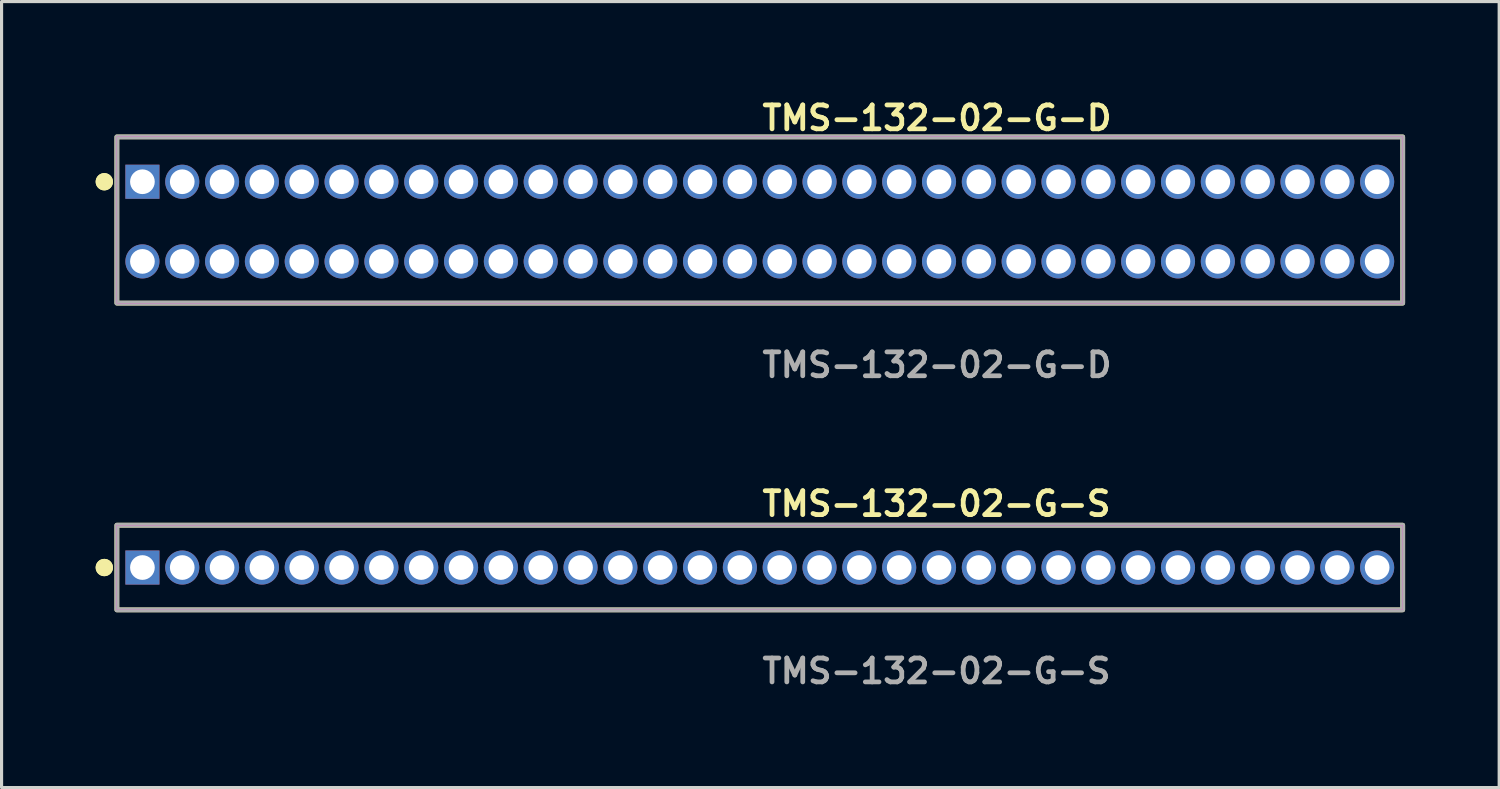
<source format=kicad_pcb>
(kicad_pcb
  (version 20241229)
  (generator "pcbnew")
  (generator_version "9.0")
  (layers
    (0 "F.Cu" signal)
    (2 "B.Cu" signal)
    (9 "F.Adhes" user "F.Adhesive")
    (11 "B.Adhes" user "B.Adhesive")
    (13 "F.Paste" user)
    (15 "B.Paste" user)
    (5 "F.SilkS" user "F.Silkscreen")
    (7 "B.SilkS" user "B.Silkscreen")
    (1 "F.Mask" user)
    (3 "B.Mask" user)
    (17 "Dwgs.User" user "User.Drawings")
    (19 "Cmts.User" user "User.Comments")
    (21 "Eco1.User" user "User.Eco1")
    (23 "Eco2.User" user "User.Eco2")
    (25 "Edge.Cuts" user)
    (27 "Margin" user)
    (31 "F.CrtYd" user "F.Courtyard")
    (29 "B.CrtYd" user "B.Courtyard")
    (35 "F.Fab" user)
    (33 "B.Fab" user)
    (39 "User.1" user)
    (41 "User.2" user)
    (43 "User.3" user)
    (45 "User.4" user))
  (footprint "TMS-132-02-G-D"
    (layer "F.Cu")
    (at 21.176 4.015)
    (property "Reference" "TMS-132-02-G-D" (at 0 -3.302 0) (unlocked yes) (layer "F.SilkS") (effects (font (size 0.762 0.762) (thickness 0.152)) (justify left)))
    (fp_rect (start -20.5 2.6) (end 20.5 -2.7) (stroke (width 0.152) (type solid)) (fill no) (layer "F.SilkS"))
    (fp_circle (center -20.9 -1.27) (end -21.1 -1.27) (stroke (width 0.152) (type solid)) (fill yes) (layer "F.SilkS"))
    (fp_circle (center -20.9 -1.27) (end -21.1 -1.27) (stroke (width 0.152) (type solid)) (fill yes) (layer "F.SilkS"))
    (fp_rect (start -20.5 2.6) (end 20.5 -2.7) (stroke (width 0.006) (type solid)) (fill no) (layer "F.CrtYd"))
    (fp_rect (start -20.5 2.6) (end 20.5 -2.7) (stroke (width 0.152) (type solid)) (fill no) (layer "F.Fab"))
    (fp_text user "${REFERENCE}" (at 0 4.572 0) (unlocked yes) (layer "F.Fab") (effects (font (size 0.762 0.762) (thickness 0.152)) (justify left)))
    (pad "1" thru_hole rect (at -19.685 -1.27) (size 1.087 1.087) (drill 0.787) (layers "*.Cu" "*.Mask"))
    (pad "2" thru_hole circle (at -19.685 1.27) (size 1.087 1.087) (drill 0.787) (layers "*.Cu" "*.Mask"))
    (pad "3" thru_hole circle (at -18.415 -1.27) (size 1.087 1.087) (drill 0.787) (layers "*.Cu" "*.Mask"))
    (pad "4" thru_hole circle (at -18.415 1.27) (size 1.087 1.087) (drill 0.787) (layers "*.Cu" "*.Mask"))
    (pad "5" thru_hole circle (at -17.145 -1.27) (size 1.087 1.087) (drill 0.787) (layers "*.Cu" "*.Mask"))
    (pad "6" thru_hole circle (at -17.145 1.27) (size 1.087 1.087) (drill 0.787) (layers "*.Cu" "*.Mask"))
    (pad "7" thru_hole circle (at -15.875 -1.27) (size 1.087 1.087) (drill 0.787) (layers "*.Cu" "*.Mask"))
    (pad "8" thru_hole circle (at -15.875 1.27) (size 1.087 1.087) (drill 0.787) (layers "*.Cu" "*.Mask"))
    (pad "9" thru_hole circle (at -14.605 -1.27) (size 1.087 1.087) (drill 0.787) (layers "*.Cu" "*.Mask"))
    (pad "10" thru_hole circle (at -14.605 1.27) (size 1.087 1.087) (drill 0.787) (layers "*.Cu" "*.Mask"))
    (pad "11" thru_hole circle (at -13.335 -1.27) (size 1.087 1.087) (drill 0.787) (layers "*.Cu" "*.Mask"))
    (pad "12" thru_hole circle (at -13.335 1.27) (size 1.087 1.087) (drill 0.787) (layers "*.Cu" "*.Mask"))
    (pad "13" thru_hole circle (at -12.065 -1.27) (size 1.087 1.087) (drill 0.787) (layers "*.Cu" "*.Mask"))
    (pad "14" thru_hole circle (at -12.065 1.27) (size 1.087 1.087) (drill 0.787) (layers "*.Cu" "*.Mask"))
    (pad "15" thru_hole circle (at -10.795 -1.27) (size 1.087 1.087) (drill 0.787) (layers "*.Cu" "*.Mask"))
    (pad "16" thru_hole circle (at -10.795 1.27) (size 1.087 1.087) (drill 0.787) (layers "*.Cu" "*.Mask"))
    (pad "17" thru_hole circle (at -9.525 -1.27) (size 1.087 1.087) (drill 0.787) (layers "*.Cu" "*.Mask"))
    (pad "18" thru_hole circle (at -9.525 1.27) (size 1.087 1.087) (drill 0.787) (layers "*.Cu" "*.Mask"))
    (pad "19" thru_hole circle (at -8.255 -1.27) (size 1.087 1.087) (drill 0.787) (layers "*.Cu" "*.Mask"))
    (pad "20" thru_hole circle (at -8.255 1.27) (size 1.087 1.087) (drill 0.787) (layers "*.Cu" "*.Mask"))
    (pad "21" thru_hole circle (at -6.985 -1.27) (size 1.087 1.087) (drill 0.787) (layers "*.Cu" "*.Mask"))
    (pad "22" thru_hole circle (at -6.985 1.27) (size 1.087 1.087) (drill 0.787) (layers "*.Cu" "*.Mask"))
    (pad "23" thru_hole circle (at -5.715 -1.27) (size 1.087 1.087) (drill 0.787) (layers "*.Cu" "*.Mask"))
    (pad "24" thru_hole circle (at -5.715 1.27) (size 1.087 1.087) (drill 0.787) (layers "*.Cu" "*.Mask"))
    (pad "25" thru_hole circle (at -4.445 -1.27) (size 1.087 1.087) (drill 0.787) (layers "*.Cu" "*.Mask"))
    (pad "26" thru_hole circle (at -4.445 1.27) (size 1.087 1.087) (drill 0.787) (layers "*.Cu" "*.Mask"))
    (pad "27" thru_hole circle (at -3.175 -1.27) (size 1.087 1.087) (drill 0.787) (layers "*.Cu" "*.Mask"))
    (pad "28" thru_hole circle (at -3.175 1.27) (size 1.087 1.087) (drill 0.787) (layers "*.Cu" "*.Mask"))
    (pad "29" thru_hole circle (at -1.905 -1.27) (size 1.087 1.087) (drill 0.787) (layers "*.Cu" "*.Mask"))
    (pad "30" thru_hole circle (at -1.905 1.27) (size 1.087 1.087) (drill 0.787) (layers "*.Cu" "*.Mask"))
    (pad "31" thru_hole circle (at -0.635 -1.27) (size 1.087 1.087) (drill 0.787) (layers "*.Cu" "*.Mask"))
    (pad "32" thru_hole circle (at -0.635 1.27) (size 1.087 1.087) (drill 0.787) (layers "*.Cu" "*.Mask"))
    (pad "33" thru_hole circle (at 0.635 -1.27) (size 1.087 1.087) (drill 0.787) (layers "*.Cu" "*.Mask"))
    (pad "34" thru_hole circle (at 0.635 1.27) (size 1.087 1.087) (drill 0.787) (layers "*.Cu" "*.Mask"))
    (pad "35" thru_hole circle (at 1.905 -1.27) (size 1.087 1.087) (drill 0.787) (layers "*.Cu" "*.Mask"))
    (pad "36" thru_hole circle (at 1.905 1.27) (size 1.087 1.087) (drill 0.787) (layers "*.Cu" "*.Mask"))
    (pad "37" thru_hole circle (at 3.175 -1.27) (size 1.087 1.087) (drill 0.787) (layers "*.Cu" "*.Mask"))
    (pad "38" thru_hole circle (at 3.175 1.27) (size 1.087 1.087) (drill 0.787) (layers "*.Cu" "*.Mask"))
    (pad "39" thru_hole circle (at 4.445 -1.27) (size 1.087 1.087) (drill 0.787) (layers "*.Cu" "*.Mask"))
    (pad "40" thru_hole circle (at 4.445 1.27) (size 1.087 1.087) (drill 0.787) (layers "*.Cu" "*.Mask"))
    (pad "41" thru_hole circle (at 5.715 -1.27) (size 1.087 1.087) (drill 0.787) (layers "*.Cu" "*.Mask"))
    (pad "42" thru_hole circle (at 5.715 1.27) (size 1.087 1.087) (drill 0.787) (layers "*.Cu" "*.Mask"))
    (pad "43" thru_hole circle (at 6.985 -1.27) (size 1.087 1.087) (drill 0.787) (layers "*.Cu" "*.Mask"))
    (pad "44" thru_hole circle (at 6.985 1.27) (size 1.087 1.087) (drill 0.787) (layers "*.Cu" "*.Mask"))
    (pad "45" thru_hole circle (at 8.255 -1.27) (size 1.087 1.087) (drill 0.787) (layers "*.Cu" "*.Mask"))
    (pad "46" thru_hole circle (at 8.255 1.27) (size 1.087 1.087) (drill 0.787) (layers "*.Cu" "*.Mask"))
    (pad "47" thru_hole circle (at 9.525 -1.27) (size 1.087 1.087) (drill 0.787) (layers "*.Cu" "*.Mask"))
    (pad "48" thru_hole circle (at 9.525 1.27) (size 1.087 1.087) (drill 0.787) (layers "*.Cu" "*.Mask"))
    (pad "49" thru_hole circle (at 10.795 -1.27) (size 1.087 1.087) (drill 0.787) (layers "*.Cu" "*.Mask"))
    (pad "50" thru_hole circle (at 10.795 1.27) (size 1.087 1.087) (drill 0.787) (layers "*.Cu" "*.Mask"))
    (pad "51" thru_hole circle (at 12.065 -1.27) (size 1.087 1.087) (drill 0.787) (layers "*.Cu" "*.Mask"))
    (pad "52" thru_hole circle (at 12.065 1.27) (size 1.087 1.087) (drill 0.787) (layers "*.Cu" "*.Mask"))
    (pad "53" thru_hole circle (at 13.335 -1.27) (size 1.087 1.087) (drill 0.787) (layers "*.Cu" "*.Mask"))
    (pad "54" thru_hole circle (at 13.335 1.27) (size 1.087 1.087) (drill 0.787) (layers "*.Cu" "*.Mask"))
    (pad "55" thru_hole circle (at 14.605 -1.27) (size 1.087 1.087) (drill 0.787) (layers "*.Cu" "*.Mask"))
    (pad "56" thru_hole circle (at 14.605 1.27) (size 1.087 1.087) (drill 0.787) (layers "*.Cu" "*.Mask"))
    (pad "57" thru_hole circle (at 15.875 -1.27) (size 1.087 1.087) (drill 0.787) (layers "*.Cu" "*.Mask"))
    (pad "58" thru_hole circle (at 15.875 1.27) (size 1.087 1.087) (drill 0.787) (layers "*.Cu" "*.Mask"))
    (pad "59" thru_hole circle (at 17.145 -1.27) (size 1.087 1.087) (drill 0.787) (layers "*.Cu" "*.Mask"))
    (pad "60" thru_hole circle (at 17.145 1.27) (size 1.087 1.087) (drill 0.787) (layers "*.Cu" "*.Mask"))
    (pad "61" thru_hole circle (at 18.415 -1.27) (size 1.087 1.087) (drill 0.787) (layers "*.Cu" "*.Mask"))
    (pad "62" thru_hole circle (at 18.415 1.27) (size 1.087 1.087) (drill 0.787) (layers "*.Cu" "*.Mask"))
    (pad "63" thru_hole circle (at 19.685 -1.27) (size 1.087 1.087) (drill 0.787) (layers "*.Cu" "*.Mask"))
    (pad "64" thru_hole circle (at 19.685 1.27) (size 1.087 1.087) (drill 0.787) (layers "*.Cu" "*.Mask")))
  (footprint "TMS-132-02-G-S"
    (layer "F.Cu")
    (at 21.176 15.046)
    (property "Reference" "TMS-132-02-G-S" (at 0 -2.032 0) (unlocked yes) (layer "F.SilkS") (effects (font (size 0.762 0.762) (thickness 0.152)) (justify left)))
    (fp_rect (start -20.5 1.35) (end 20.5 -1.35) (stroke (width 0.152) (type solid)) (fill no) (layer "F.SilkS"))
    (fp_circle (center -20.9 0) (end -21.1 0) (stroke (width 0.152) (type solid)) (fill yes) (layer "F.SilkS"))
    (fp_circle (center -20.9 0) (end -21.1 0) (stroke (width 0.152) (type solid)) (fill yes) (layer "F.SilkS"))
    (fp_rect (start -20.5 1.35) (end 20.5 -1.35) (stroke (width 0.006) (type solid)) (fill no) (layer "F.CrtYd"))
    (fp_rect (start -20.5 1.35) (end 20.5 -1.35) (stroke (width 0.152) (type solid)) (fill no) (layer "F.Fab"))
    (fp_text user "${REFERENCE}" (at 0 3.302 0) (unlocked yes) (layer "F.Fab") (effects (font (size 0.762 0.762) (thickness 0.152)) (justify left)))
    (pad "1" thru_hole rect (at -19.685 0) (size 1.087 1.087) (drill 0.787) (layers "*.Cu" "*.Mask"))
    (pad "2" thru_hole circle (at -18.415 0) (size 1.087 1.087) (drill 0.787) (layers "*.Cu" "*.Mask"))
    (pad "3" thru_hole circle (at -17.145 0) (size 1.087 1.087) (drill 0.787) (layers "*.Cu" "*.Mask"))
    (pad "4" thru_hole circle (at -15.875 0) (size 1.087 1.087) (drill 0.787) (layers "*.Cu" "*.Mask"))
    (pad "5" thru_hole circle (at -14.605 0) (size 1.087 1.087) (drill 0.787) (layers "*.Cu" "*.Mask"))
    (pad "6" thru_hole circle (at -13.335 0) (size 1.087 1.087) (drill 0.787) (layers "*.Cu" "*.Mask"))
    (pad "7" thru_hole circle (at -12.065 0) (size 1.087 1.087) (drill 0.787) (layers "*.Cu" "*.Mask"))
    (pad "8" thru_hole circle (at -10.795 0) (size 1.087 1.087) (drill 0.787) (layers "*.Cu" "*.Mask"))
    (pad "9" thru_hole circle (at -9.525 0) (size 1.087 1.087) (drill 0.787) (layers "*.Cu" "*.Mask"))
    (pad "10" thru_hole circle (at -8.255 0) (size 1.087 1.087) (drill 0.787) (layers "*.Cu" "*.Mask"))
    (pad "11" thru_hole circle (at -6.985 0) (size 1.087 1.087) (drill 0.787) (layers "*.Cu" "*.Mask"))
    (pad "12" thru_hole circle (at -5.715 0) (size 1.087 1.087) (drill 0.787) (layers "*.Cu" "*.Mask"))
    (pad "13" thru_hole circle (at -4.445 0) (size 1.087 1.087) (drill 0.787) (layers "*.Cu" "*.Mask"))
    (pad "14" thru_hole circle (at -3.175 0) (size 1.087 1.087) (drill 0.787) (layers "*.Cu" "*.Mask"))
    (pad "15" thru_hole circle (at -1.905 0) (size 1.087 1.087) (drill 0.787) (layers "*.Cu" "*.Mask"))
    (pad "16" thru_hole circle (at -0.635 0) (size 1.087 1.087) (drill 0.787) (layers "*.Cu" "*.Mask"))
    (pad "17" thru_hole circle (at 0.635 0) (size 1.087 1.087) (drill 0.787) (layers "*.Cu" "*.Mask"))
    (pad "18" thru_hole circle (at 1.905 0) (size 1.087 1.087) (drill 0.787) (layers "*.Cu" "*.Mask"))
    (pad "19" thru_hole circle (at 3.175 0) (size 1.087 1.087) (drill 0.787) (layers "*.Cu" "*.Mask"))
    (pad "20" thru_hole circle (at 4.445 0) (size 1.087 1.087) (drill 0.787) (layers "*.Cu" "*.Mask"))
    (pad "21" thru_hole circle (at 5.715 0) (size 1.087 1.087) (drill 0.787) (layers "*.Cu" "*.Mask"))
    (pad "22" thru_hole circle (at 6.985 0) (size 1.087 1.087) (drill 0.787) (layers "*.Cu" "*.Mask"))
    (pad "23" thru_hole circle (at 8.255 0) (size 1.087 1.087) (drill 0.787) (layers "*.Cu" "*.Mask"))
    (pad "24" thru_hole circle (at 9.525 0) (size 1.087 1.087) (drill 0.787) (layers "*.Cu" "*.Mask"))
    (pad "25" thru_hole circle (at 10.795 0) (size 1.087 1.087) (drill 0.787) (layers "*.Cu" "*.Mask"))
    (pad "26" thru_hole circle (at 12.065 0) (size 1.087 1.087) (drill 0.787) (layers "*.Cu" "*.Mask"))
    (pad "27" thru_hole circle (at 13.335 0) (size 1.087 1.087) (drill 0.787) (layers "*.Cu" "*.Mask"))
    (pad "28" thru_hole circle (at 14.605 0) (size 1.087 1.087) (drill 0.787) (layers "*.Cu" "*.Mask"))
    (pad "29" thru_hole circle (at 15.875 0) (size 1.087 1.087) (drill 0.787) (layers "*.Cu" "*.Mask"))
    (pad "30" thru_hole circle (at 17.145 0) (size 1.087 1.087) (drill 0.787) (layers "*.Cu" "*.Mask"))
    (pad "31" thru_hole circle (at 18.415 0) (size 1.087 1.087) (drill 0.787) (layers "*.Cu" "*.Mask"))
    (pad "32" thru_hole circle (at 19.685 0) (size 1.087 1.087) (drill 0.787) (layers "*.Cu" "*.Mask")))
  (gr_rect
    (start -3 -3)
    (end 44.752 22.061)
    (stroke (width 0.1) (type default))
    (fill no)
    (layer "Edge.Cuts")))
</source>
